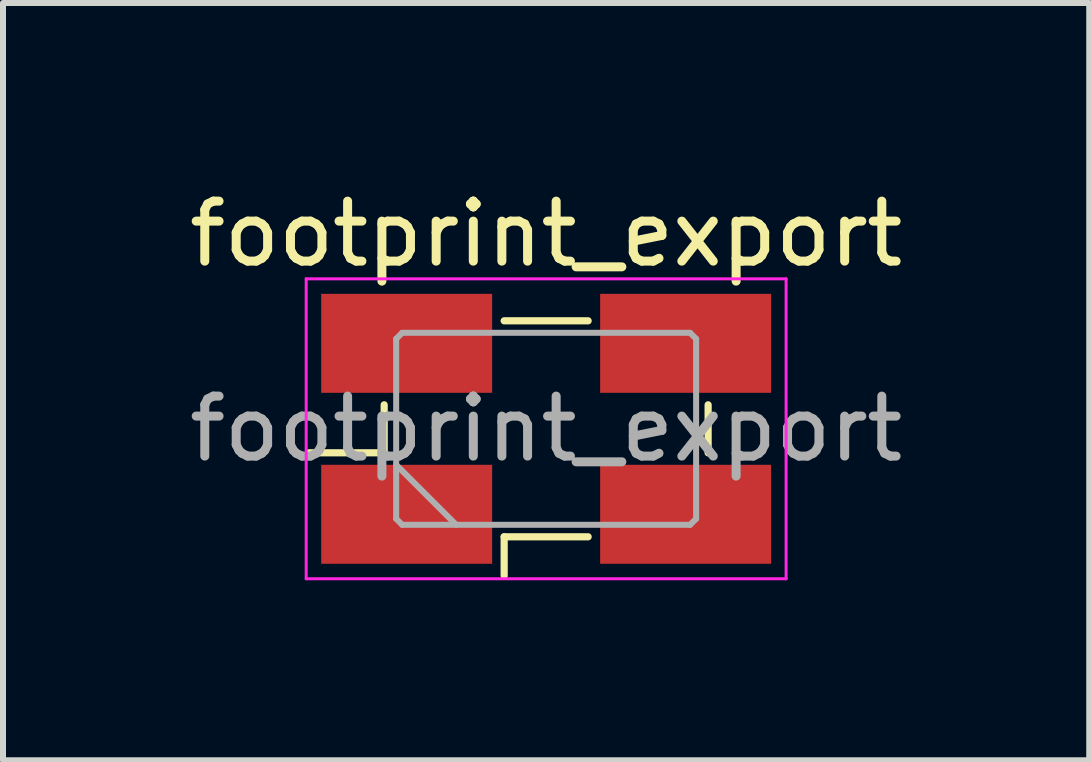
<source format=kicad_pcb>
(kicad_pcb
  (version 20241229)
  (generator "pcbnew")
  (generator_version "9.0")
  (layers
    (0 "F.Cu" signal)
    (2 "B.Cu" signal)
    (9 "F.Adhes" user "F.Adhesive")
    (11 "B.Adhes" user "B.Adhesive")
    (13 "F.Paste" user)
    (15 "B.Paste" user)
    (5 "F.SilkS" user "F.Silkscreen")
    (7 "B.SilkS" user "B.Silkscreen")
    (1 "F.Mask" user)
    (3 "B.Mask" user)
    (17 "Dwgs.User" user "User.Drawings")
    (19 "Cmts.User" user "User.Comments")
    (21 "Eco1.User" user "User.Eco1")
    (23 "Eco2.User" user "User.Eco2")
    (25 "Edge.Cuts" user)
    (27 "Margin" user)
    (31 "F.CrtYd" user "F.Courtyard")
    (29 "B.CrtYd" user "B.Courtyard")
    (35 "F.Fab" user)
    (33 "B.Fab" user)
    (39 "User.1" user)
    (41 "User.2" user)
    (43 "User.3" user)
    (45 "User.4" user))
  (footprint "footprint_export"
    (layer "F.Cu")
    (at 6.054 4.098)
    (property "Reference" "footprint_export" (at 0 -3.25 0) (layer "F.SilkS") (effects (font (size 1 1) (thickness 0.15))))
    (attr smd)
    (fp_line (start -3.95 0.4) (end -2.7 0.4) (stroke (width 0.12) (type solid)) (layer "F.SilkS"))
    (fp_line (start -2.7 0.4) (end -2.7 -0.4) (stroke (width 0.12) (type solid)) (layer "F.SilkS"))
    (fp_line (start -0.7 -1.8) (end 0.7 -1.8) (stroke (width 0.12) (type solid)) (layer "F.SilkS"))
    (fp_line (start -0.7 1.8) (end -0.7 2.45) (stroke (width 0.12) (type solid)) (layer "F.SilkS"))
    (fp_line (start 0.7 1.8) (end -0.7 1.8) (stroke (width 0.12) (type solid)) (layer "F.SilkS"))
    (fp_line (start 2.7 -0.4) (end 2.7 0.4) (stroke (width 0.12) (type solid)) (layer "F.SilkS"))
    (fp_line (start -4 -2.5) (end -4 2.5) (stroke (width 0.05) (type solid)) (layer "F.CrtYd"))
    (fp_line (start -4 2.5) (end 4 2.5) (stroke (width 0.05) (type solid)) (layer "F.CrtYd"))
    (fp_line (start 4 -2.5) (end -4 -2.5) (stroke (width 0.05) (type solid)) (layer "F.CrtYd"))
    (fp_line (start 4 2.5) (end 4 -2.5) (stroke (width 0.05) (type solid)) (layer "F.CrtYd"))
    (fp_line (start -2.5 -1.5) (end -2.4 -1.6) (stroke (width 0.1) (type solid)) (layer "F.Fab"))
    (fp_line (start -2.5 0.6) (end -1.5 1.6) (stroke (width 0.1) (type solid)) (layer "F.Fab"))
    (fp_line (start -2.5 1.5) (end -2.5 -1.5) (stroke (width 0.1) (type solid)) (layer "F.Fab"))
    (fp_line (start -2.4 -1.6) (end 2.4 -1.6) (stroke (width 0.1) (type solid)) (layer "F.Fab"))
    (fp_line (start -2.4 1.6) (end -2.5 1.5) (stroke (width 0.1) (type solid)) (layer "F.Fab"))
    (fp_line (start 2.4 -1.6) (end 2.5 -1.5) (stroke (width 0.1) (type solid)) (layer "F.Fab"))
    (fp_line (start 2.4 1.6) (end -2.4 1.6) (stroke (width 0.1) (type solid)) (layer "F.Fab"))
    (fp_line (start 2.5 -1.5) (end 2.5 1.5) (stroke (width 0.1) (type solid)) (layer "F.Fab"))
    (fp_line (start 2.5 1.5) (end 2.4 1.6) (stroke (width 0.1) (type solid)) (layer "F.Fab"))
    (fp_text user "${REFERENCE}" (at 0 0 0) (layer "F.Fab") (effects (font (size 1 1) (thickness 0.15))))
    (pad "1" smd rect (at -2.325 1.425) (size 2.85 1.65) (layers "F.Cu" "F.Mask" "F.Paste"))
    (pad "2" smd rect (at 2.325 1.425) (size 2.85 1.65) (layers "F.Cu" "F.Mask" "F.Paste"))
    (pad "3" smd rect (at 2.325 -1.425) (size 2.85 1.65) (layers "F.Cu" "F.Mask" "F.Paste"))
    (pad "4" smd rect (at -2.325 -1.425) (size 2.85 1.65) (layers "F.Cu" "F.Mask" "F.Paste")))
  (gr_rect
    (start -3 -3)
    (end 15.107 9.623)
    (stroke (width 0.1) (type default))
    (fill no)
    (layer "Edge.Cuts")))
</source>
